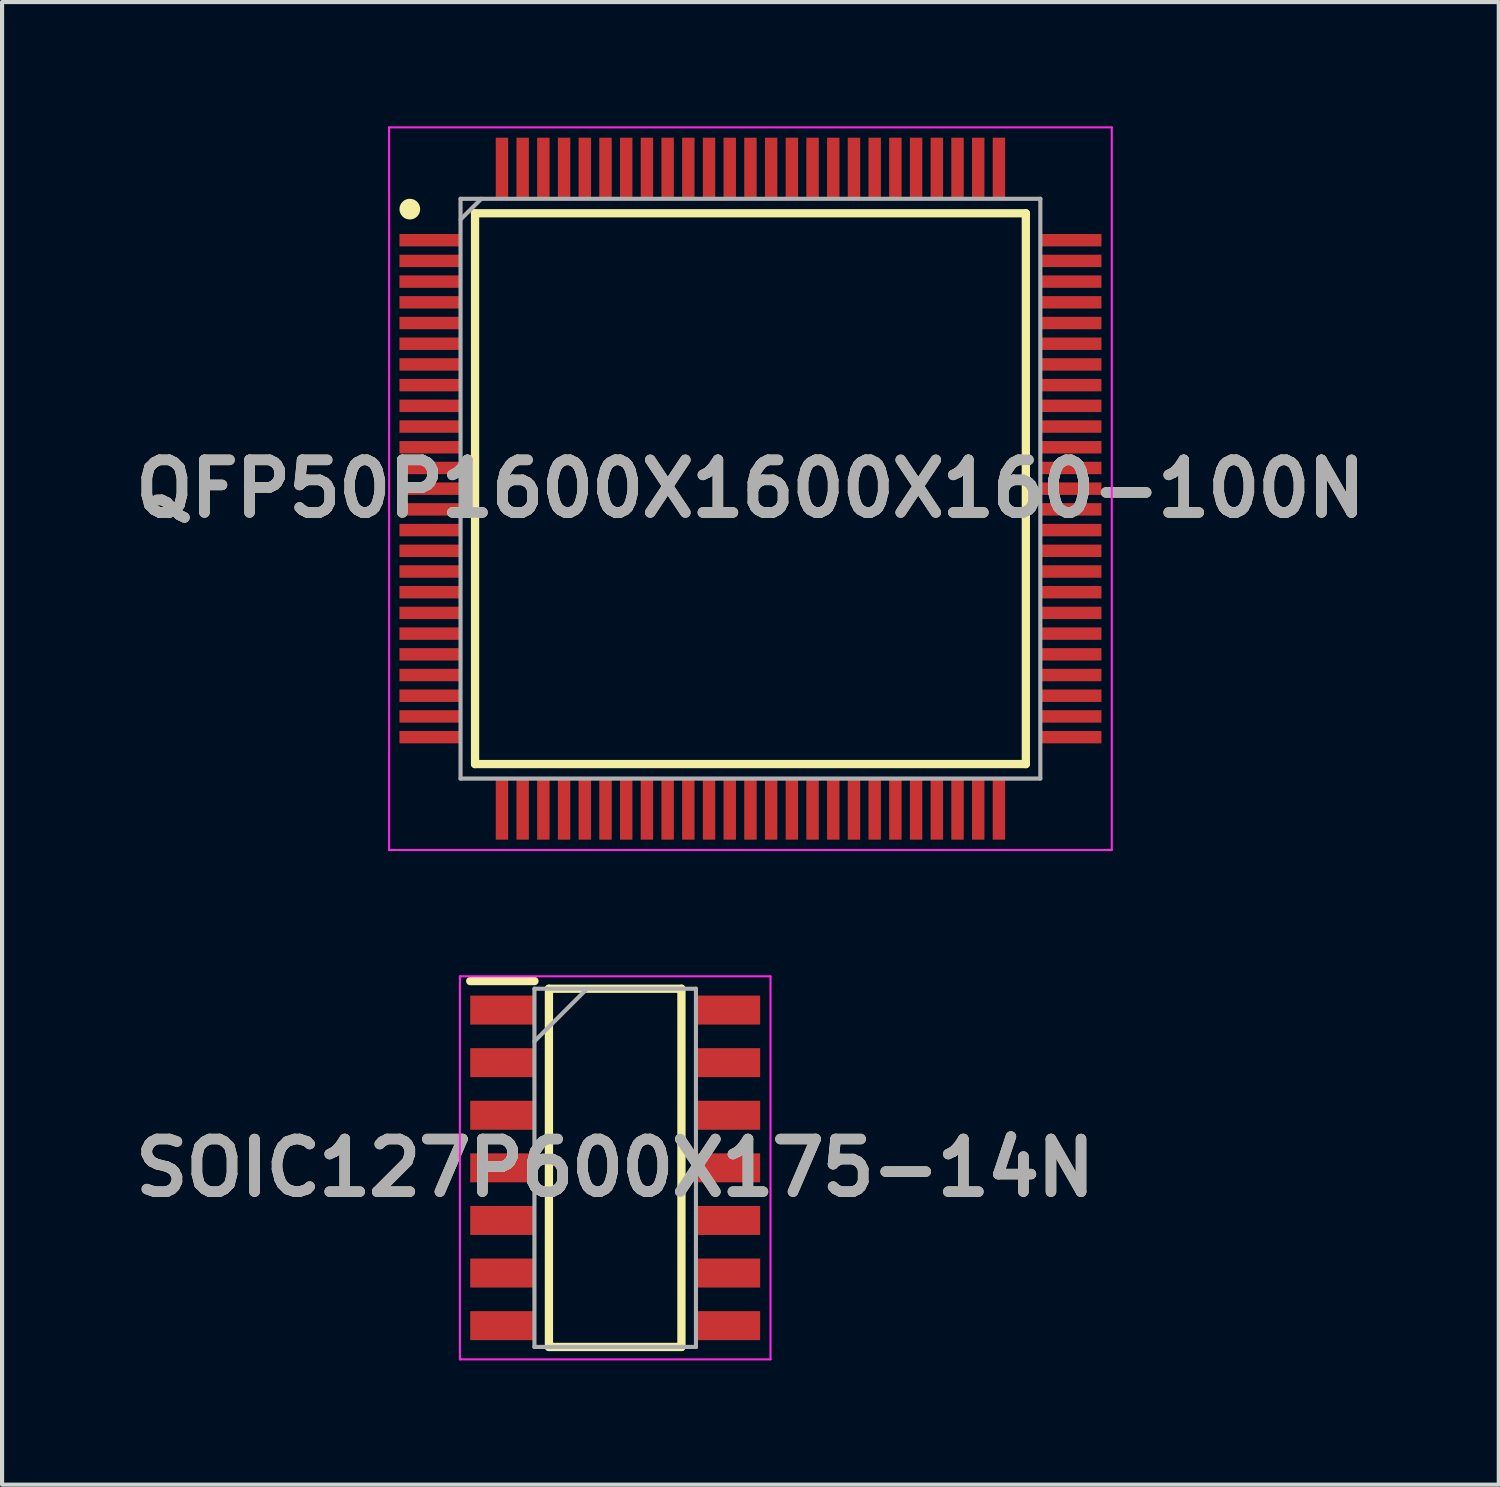
<source format=kicad_pcb>
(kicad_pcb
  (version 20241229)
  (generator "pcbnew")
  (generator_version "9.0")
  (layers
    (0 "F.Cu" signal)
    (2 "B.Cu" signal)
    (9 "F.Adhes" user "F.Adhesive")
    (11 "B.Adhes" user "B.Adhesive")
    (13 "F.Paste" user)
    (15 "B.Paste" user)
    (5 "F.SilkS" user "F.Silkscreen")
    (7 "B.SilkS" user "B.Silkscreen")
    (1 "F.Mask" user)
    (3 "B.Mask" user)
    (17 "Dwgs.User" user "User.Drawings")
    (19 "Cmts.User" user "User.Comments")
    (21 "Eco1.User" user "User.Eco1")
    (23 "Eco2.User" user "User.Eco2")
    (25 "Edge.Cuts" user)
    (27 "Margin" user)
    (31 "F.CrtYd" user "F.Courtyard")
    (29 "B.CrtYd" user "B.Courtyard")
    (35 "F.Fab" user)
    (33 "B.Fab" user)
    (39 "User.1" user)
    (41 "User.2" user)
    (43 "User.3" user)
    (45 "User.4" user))
  (footprint "QFP50P1600X1600X160-100N"
    (layer "F.Cu")
    (at 15.071 8.75)
    (property "Reference" "QFP50P1600X1600X160-100N" (at 0 0 0) (layer "F.SilkS") (effects (font (size 1.27 1.27) (thickness 0.254))))
    (attr smd)
    (fp_line (start -6.65 -6.65) (end 6.65 -6.65) (stroke (width 0.2) (type solid)) (layer "F.SilkS"))
    (fp_line (start -6.65 6.65) (end -6.65 -6.65) (stroke (width 0.2) (type solid)) (layer "F.SilkS"))
    (fp_line (start 6.65 -6.65) (end 6.65 6.65) (stroke (width 0.2) (type solid)) (layer "F.SilkS"))
    (fp_line (start 6.65 6.65) (end -6.65 6.65) (stroke (width 0.2) (type solid)) (layer "F.SilkS"))
    (fp_circle (center -8.225 -6.75) (end -8.225 -6.625) (stroke (width 0.25) (type solid)) (fill no) (layer "F.SilkS"))
    (fp_line (start -8.725 -8.725) (end 8.725 -8.725) (stroke (width 0.05) (type solid)) (layer "F.CrtYd"))
    (fp_line (start -8.725 8.725) (end -8.725 -8.725) (stroke (width 0.05) (type solid)) (layer "F.CrtYd"))
    (fp_line (start 8.725 -8.725) (end 8.725 8.725) (stroke (width 0.05) (type solid)) (layer "F.CrtYd"))
    (fp_line (start 8.725 8.725) (end -8.725 8.725) (stroke (width 0.05) (type solid)) (layer "F.CrtYd"))
    (fp_line (start -7 -7) (end 7 -7) (stroke (width 0.1) (type solid)) (layer "F.Fab"))
    (fp_line (start -7 -6.5) (end -6.5 -7) (stroke (width 0.1) (type solid)) (layer "F.Fab"))
    (fp_line (start -7 7) (end -7 -7) (stroke (width 0.1) (type solid)) (layer "F.Fab"))
    (fp_line (start 7 -7) (end 7 7) (stroke (width 0.1) (type solid)) (layer "F.Fab"))
    (fp_line (start 7 7) (end -7 7) (stroke (width 0.1) (type solid)) (layer "F.Fab"))
    (fp_text user "${REFERENCE}" (at 0 0 0) (layer "F.Fab") (effects (font (size 1.27 1.27) (thickness 0.254))))
    (pad "1" smd rect (at -7.738 -6 90) (size 0.3 1.475) (layers "F.Cu" "F.Mask" "F.Paste"))
    (pad "2" smd rect (at -7.738 -5.5 90) (size 0.3 1.475) (layers "F.Cu" "F.Mask" "F.Paste"))
    (pad "3" smd rect (at -7.738 -5 90) (size 0.3 1.475) (layers "F.Cu" "F.Mask" "F.Paste"))
    (pad "4" smd rect (at -7.738 -4.5 90) (size 0.3 1.475) (layers "F.Cu" "F.Mask" "F.Paste"))
    (pad "5" smd rect (at -7.738 -4 90) (size 0.3 1.475) (layers "F.Cu" "F.Mask" "F.Paste"))
    (pad "6" smd rect (at -7.738 -3.5 90) (size 0.3 1.475) (layers "F.Cu" "F.Mask" "F.Paste"))
    (pad "7" smd rect (at -7.738 -3 90) (size 0.3 1.475) (layers "F.Cu" "F.Mask" "F.Paste"))
    (pad "8" smd rect (at -7.738 -2.5 90) (size 0.3 1.475) (layers "F.Cu" "F.Mask" "F.Paste"))
    (pad "9" smd rect (at -7.738 -2 90) (size 0.3 1.475) (layers "F.Cu" "F.Mask" "F.Paste"))
    (pad "10" smd rect (at -7.738 -1.5 90) (size 0.3 1.475) (layers "F.Cu" "F.Mask" "F.Paste"))
    (pad "11" smd rect (at -7.738 -1 90) (size 0.3 1.475) (layers "F.Cu" "F.Mask" "F.Paste"))
    (pad "12" smd rect (at -7.738 -0.5 90) (size 0.3 1.475) (layers "F.Cu" "F.Mask" "F.Paste"))
    (pad "13" smd rect (at -7.738 0 90) (size 0.3 1.475) (layers "F.Cu" "F.Mask" "F.Paste"))
    (pad "14" smd rect (at -7.738 0.5 90) (size 0.3 1.475) (layers "F.Cu" "F.Mask" "F.Paste"))
    (pad "15" smd rect (at -7.738 1 90) (size 0.3 1.475) (layers "F.Cu" "F.Mask" "F.Paste"))
    (pad "16" smd rect (at -7.738 1.5 90) (size 0.3 1.475) (layers "F.Cu" "F.Mask" "F.Paste"))
    (pad "17" smd rect (at -7.738 2 90) (size 0.3 1.475) (layers "F.Cu" "F.Mask" "F.Paste"))
    (pad "18" smd rect (at -7.738 2.5 90) (size 0.3 1.475) (layers "F.Cu" "F.Mask" "F.Paste"))
    (pad "19" smd rect (at -7.738 3 90) (size 0.3 1.475) (layers "F.Cu" "F.Mask" "F.Paste"))
    (pad "20" smd rect (at -7.738 3.5 90) (size 0.3 1.475) (layers "F.Cu" "F.Mask" "F.Paste"))
    (pad "21" smd rect (at -7.738 4 90) (size 0.3 1.475) (layers "F.Cu" "F.Mask" "F.Paste"))
    (pad "22" smd rect (at -7.738 4.5 90) (size 0.3 1.475) (layers "F.Cu" "F.Mask" "F.Paste"))
    (pad "23" smd rect (at -7.738 5 90) (size 0.3 1.475) (layers "F.Cu" "F.Mask" "F.Paste"))
    (pad "24" smd rect (at -7.738 5.5 90) (size 0.3 1.475) (layers "F.Cu" "F.Mask" "F.Paste"))
    (pad "25" smd rect (at -7.738 6 90) (size 0.3 1.475) (layers "F.Cu" "F.Mask" "F.Paste"))
    (pad "26" smd rect (at -6 7.738) (size 0.3 1.475) (layers "F.Cu" "F.Mask" "F.Paste"))
    (pad "27" smd rect (at -5.5 7.738) (size 0.3 1.475) (layers "F.Cu" "F.Mask" "F.Paste"))
    (pad "28" smd rect (at -5 7.738) (size 0.3 1.475) (layers "F.Cu" "F.Mask" "F.Paste"))
    (pad "29" smd rect (at -4.5 7.738) (size 0.3 1.475) (layers "F.Cu" "F.Mask" "F.Paste"))
    (pad "30" smd rect (at -4 7.738) (size 0.3 1.475) (layers "F.Cu" "F.Mask" "F.Paste"))
    (pad "31" smd rect (at -3.5 7.738) (size 0.3 1.475) (layers "F.Cu" "F.Mask" "F.Paste"))
    (pad "32" smd rect (at -3 7.738) (size 0.3 1.475) (layers "F.Cu" "F.Mask" "F.Paste"))
    (pad "33" smd rect (at -2.5 7.738) (size 0.3 1.475) (layers "F.Cu" "F.Mask" "F.Paste"))
    (pad "34" smd rect (at -2 7.738) (size 0.3 1.475) (layers "F.Cu" "F.Mask" "F.Paste"))
    (pad "35" smd rect (at -1.5 7.738) (size 0.3 1.475) (layers "F.Cu" "F.Mask" "F.Paste"))
    (pad "36" smd rect (at -1 7.738) (size 0.3 1.475) (layers "F.Cu" "F.Mask" "F.Paste"))
    (pad "37" smd rect (at -0.5 7.738) (size 0.3 1.475) (layers "F.Cu" "F.Mask" "F.Paste"))
    (pad "38" smd rect (at 0 7.738) (size 0.3 1.475) (layers "F.Cu" "F.Mask" "F.Paste"))
    (pad "39" smd rect (at 0.5 7.738) (size 0.3 1.475) (layers "F.Cu" "F.Mask" "F.Paste"))
    (pad "40" smd rect (at 1 7.738) (size 0.3 1.475) (layers "F.Cu" "F.Mask" "F.Paste"))
    (pad "41" smd rect (at 1.5 7.738) (size 0.3 1.475) (layers "F.Cu" "F.Mask" "F.Paste"))
    (pad "42" smd rect (at 2 7.738) (size 0.3 1.475) (layers "F.Cu" "F.Mask" "F.Paste"))
    (pad "43" smd rect (at 2.5 7.738) (size 0.3 1.475) (layers "F.Cu" "F.Mask" "F.Paste"))
    (pad "44" smd rect (at 3 7.738) (size 0.3 1.475) (layers "F.Cu" "F.Mask" "F.Paste"))
    (pad "45" smd rect (at 3.5 7.738) (size 0.3 1.475) (layers "F.Cu" "F.Mask" "F.Paste"))
    (pad "46" smd rect (at 4 7.738) (size 0.3 1.475) (layers "F.Cu" "F.Mask" "F.Paste"))
    (pad "47" smd rect (at 4.5 7.738) (size 0.3 1.475) (layers "F.Cu" "F.Mask" "F.Paste"))
    (pad "48" smd rect (at 5 7.738) (size 0.3 1.475) (layers "F.Cu" "F.Mask" "F.Paste"))
    (pad "49" smd rect (at 5.5 7.738) (size 0.3 1.475) (layers "F.Cu" "F.Mask" "F.Paste"))
    (pad "50" smd rect (at 6 7.738) (size 0.3 1.475) (layers "F.Cu" "F.Mask" "F.Paste"))
    (pad "51" smd rect (at 7.738 6 90) (size 0.3 1.475) (layers "F.Cu" "F.Mask" "F.Paste"))
    (pad "52" smd rect (at 7.738 5.5 90) (size 0.3 1.475) (layers "F.Cu" "F.Mask" "F.Paste"))
    (pad "53" smd rect (at 7.738 5 90) (size 0.3 1.475) (layers "F.Cu" "F.Mask" "F.Paste"))
    (pad "54" smd rect (at 7.738 4.5 90) (size 0.3 1.475) (layers "F.Cu" "F.Mask" "F.Paste"))
    (pad "55" smd rect (at 7.738 4 90) (size 0.3 1.475) (layers "F.Cu" "F.Mask" "F.Paste"))
    (pad "56" smd rect (at 7.738 3.5 90) (size 0.3 1.475) (layers "F.Cu" "F.Mask" "F.Paste"))
    (pad "57" smd rect (at 7.738 3 90) (size 0.3 1.475) (layers "F.Cu" "F.Mask" "F.Paste"))
    (pad "58" smd rect (at 7.738 2.5 90) (size 0.3 1.475) (layers "F.Cu" "F.Mask" "F.Paste"))
    (pad "59" smd rect (at 7.738 2 90) (size 0.3 1.475) (layers "F.Cu" "F.Mask" "F.Paste"))
    (pad "60" smd rect (at 7.738 1.5 90) (size 0.3 1.475) (layers "F.Cu" "F.Mask" "F.Paste"))
    (pad "61" smd rect (at 7.738 1 90) (size 0.3 1.475) (layers "F.Cu" "F.Mask" "F.Paste"))
    (pad "62" smd rect (at 7.738 0.5 90) (size 0.3 1.475) (layers "F.Cu" "F.Mask" "F.Paste"))
    (pad "63" smd rect (at 7.738 0 90) (size 0.3 1.475) (layers "F.Cu" "F.Mask" "F.Paste"))
    (pad "64" smd rect (at 7.738 -0.5 90) (size 0.3 1.475) (layers "F.Cu" "F.Mask" "F.Paste"))
    (pad "65" smd rect (at 7.738 -1 90) (size 0.3 1.475) (layers "F.Cu" "F.Mask" "F.Paste"))
    (pad "66" smd rect (at 7.738 -1.5 90) (size 0.3 1.475) (layers "F.Cu" "F.Mask" "F.Paste"))
    (pad "67" smd rect (at 7.738 -2 90) (size 0.3 1.475) (layers "F.Cu" "F.Mask" "F.Paste"))
    (pad "68" smd rect (at 7.738 -2.5 90) (size 0.3 1.475) (layers "F.Cu" "F.Mask" "F.Paste"))
    (pad "69" smd rect (at 7.738 -3 90) (size 0.3 1.475) (layers "F.Cu" "F.Mask" "F.Paste"))
    (pad "70" smd rect (at 7.738 -3.5 90) (size 0.3 1.475) (layers "F.Cu" "F.Mask" "F.Paste"))
    (pad "71" smd rect (at 7.738 -4 90) (size 0.3 1.475) (layers "F.Cu" "F.Mask" "F.Paste"))
    (pad "72" smd rect (at 7.738 -4.5 90) (size 0.3 1.475) (layers "F.Cu" "F.Mask" "F.Paste"))
    (pad "73" smd rect (at 7.738 -5 90) (size 0.3 1.475) (layers "F.Cu" "F.Mask" "F.Paste"))
    (pad "74" smd rect (at 7.738 -5.5 90) (size 0.3 1.475) (layers "F.Cu" "F.Mask" "F.Paste"))
    (pad "75" smd rect (at 7.738 -6 90) (size 0.3 1.475) (layers "F.Cu" "F.Mask" "F.Paste"))
    (pad "76" smd rect (at 6 -7.738) (size 0.3 1.475) (layers "F.Cu" "F.Mask" "F.Paste"))
    (pad "77" smd rect (at 5.5 -7.738) (size 0.3 1.475) (layers "F.Cu" "F.Mask" "F.Paste"))
    (pad "78" smd rect (at 5 -7.738) (size 0.3 1.475) (layers "F.Cu" "F.Mask" "F.Paste"))
    (pad "79" smd rect (at 4.5 -7.738) (size 0.3 1.475) (layers "F.Cu" "F.Mask" "F.Paste"))
    (pad "80" smd rect (at 4 -7.738) (size 0.3 1.475) (layers "F.Cu" "F.Mask" "F.Paste"))
    (pad "81" smd rect (at 3.5 -7.738) (size 0.3 1.475) (layers "F.Cu" "F.Mask" "F.Paste"))
    (pad "82" smd rect (at 3 -7.738) (size 0.3 1.475) (layers "F.Cu" "F.Mask" "F.Paste"))
    (pad "83" smd rect (at 2.5 -7.738) (size 0.3 1.475) (layers "F.Cu" "F.Mask" "F.Paste"))
    (pad "84" smd rect (at 2 -7.738) (size 0.3 1.475) (layers "F.Cu" "F.Mask" "F.Paste"))
    (pad "85" smd rect (at 1.5 -7.738) (size 0.3 1.475) (layers "F.Cu" "F.Mask" "F.Paste"))
    (pad "86" smd rect (at 1 -7.738) (size 0.3 1.475) (layers "F.Cu" "F.Mask" "F.Paste"))
    (pad "87" smd rect (at 0.5 -7.738) (size 0.3 1.475) (layers "F.Cu" "F.Mask" "F.Paste"))
    (pad "88" smd rect (at 0 -7.738) (size 0.3 1.475) (layers "F.Cu" "F.Mask" "F.Paste"))
    (pad "89" smd rect (at -0.5 -7.738) (size 0.3 1.475) (layers "F.Cu" "F.Mask" "F.Paste"))
    (pad "90" smd rect (at -1 -7.738) (size 0.3 1.475) (layers "F.Cu" "F.Mask" "F.Paste"))
    (pad "91" smd rect (at -1.5 -7.738) (size 0.3 1.475) (layers "F.Cu" "F.Mask" "F.Paste"))
    (pad "92" smd rect (at -2 -7.738) (size 0.3 1.475) (layers "F.Cu" "F.Mask" "F.Paste"))
    (pad "93" smd rect (at -2.5 -7.738) (size 0.3 1.475) (layers "F.Cu" "F.Mask" "F.Paste"))
    (pad "94" smd rect (at -3 -7.738) (size 0.3 1.475) (layers "F.Cu" "F.Mask" "F.Paste"))
    (pad "95" smd rect (at -3.5 -7.738) (size 0.3 1.475) (layers "F.Cu" "F.Mask" "F.Paste"))
    (pad "96" smd rect (at -4 -7.738) (size 0.3 1.475) (layers "F.Cu" "F.Mask" "F.Paste"))
    (pad "97" smd rect (at -4.5 -7.738) (size 0.3 1.475) (layers "F.Cu" "F.Mask" "F.Paste"))
    (pad "98" smd rect (at -5 -7.738) (size 0.3 1.475) (layers "F.Cu" "F.Mask" "F.Paste"))
    (pad "99" smd rect (at -5.5 -7.738) (size 0.3 1.475) (layers "F.Cu" "F.Mask" "F.Paste"))
    (pad "100" smd rect (at -6 -7.738) (size 0.3 1.475) (layers "F.Cu" "F.Mask" "F.Paste")))
  (footprint "SOIC127P600X175-14N"
    (layer "F.Cu")
    (at 11.805 25.15)
    (property "Reference" "SOIC127P600X175-14N" (at 0 0 0) (layer "F.SilkS") (effects (font (size 1.27 1.27) (thickness 0.254))))
    (attr smd)
    (fp_line (start -3.5 -4.51) (end -1.95 -4.51) (stroke (width 0.2) (type solid)) (layer "F.SilkS"))
    (fp_line (start -1.6 -4.325) (end 1.6 -4.325) (stroke (width 0.2) (type solid)) (layer "F.SilkS"))
    (fp_line (start -1.6 4.325) (end -1.6 -4.325) (stroke (width 0.2) (type solid)) (layer "F.SilkS"))
    (fp_line (start 1.6 -4.325) (end 1.6 4.325) (stroke (width 0.2) (type solid)) (layer "F.SilkS"))
    (fp_line (start 1.6 4.325) (end -1.6 4.325) (stroke (width 0.2) (type solid)) (layer "F.SilkS"))
    (fp_line (start -3.75 -4.625) (end 3.75 -4.625) (stroke (width 0.05) (type solid)) (layer "F.CrtYd"))
    (fp_line (start -3.75 4.625) (end -3.75 -4.625) (stroke (width 0.05) (type solid)) (layer "F.CrtYd"))
    (fp_line (start 3.75 -4.625) (end 3.75 4.625) (stroke (width 0.05) (type solid)) (layer "F.CrtYd"))
    (fp_line (start 3.75 4.625) (end -3.75 4.625) (stroke (width 0.05) (type solid)) (layer "F.CrtYd"))
    (fp_line (start -1.95 -4.325) (end 1.95 -4.325) (stroke (width 0.1) (type solid)) (layer "F.Fab"))
    (fp_line (start -1.95 -3.055) (end -0.68 -4.325) (stroke (width 0.1) (type solid)) (layer "F.Fab"))
    (fp_line (start -1.95 4.325) (end -1.95 -4.325) (stroke (width 0.1) (type solid)) (layer "F.Fab"))
    (fp_line (start 1.95 -4.325) (end 1.95 4.325) (stroke (width 0.1) (type solid)) (layer "F.Fab"))
    (fp_line (start 1.95 4.325) (end -1.95 4.325) (stroke (width 0.1) (type solid)) (layer "F.Fab"))
    (fp_text user "${REFERENCE}" (at 0 0 0) (layer "F.Fab") (effects (font (size 1.27 1.27) (thickness 0.254))))
    (pad "1" smd rect (at -2.725 -3.81 90) (size 0.7 1.55) (layers "F.Cu" "F.Mask" "F.Paste"))
    (pad "2" smd rect (at -2.725 -2.54 90) (size 0.7 1.55) (layers "F.Cu" "F.Mask" "F.Paste"))
    (pad "3" smd rect (at -2.725 -1.27 90) (size 0.7 1.55) (layers "F.Cu" "F.Mask" "F.Paste"))
    (pad "4" smd rect (at -2.725 0 90) (size 0.7 1.55) (layers "F.Cu" "F.Mask" "F.Paste"))
    (pad "5" smd rect (at -2.725 1.27 90) (size 0.7 1.55) (layers "F.Cu" "F.Mask" "F.Paste"))
    (pad "6" smd rect (at -2.725 2.54 90) (size 0.7 1.55) (layers "F.Cu" "F.Mask" "F.Paste"))
    (pad "7" smd rect (at -2.725 3.81 90) (size 0.7 1.55) (layers "F.Cu" "F.Mask" "F.Paste"))
    (pad "8" smd rect (at 2.725 3.81 90) (size 0.7 1.55) (layers "F.Cu" "F.Mask" "F.Paste"))
    (pad "9" smd rect (at 2.725 2.54 90) (size 0.7 1.55) (layers "F.Cu" "F.Mask" "F.Paste"))
    (pad "10" smd rect (at 2.725 1.27 90) (size 0.7 1.55) (layers "F.Cu" "F.Mask" "F.Paste"))
    (pad "11" smd rect (at 2.725 0 90) (size 0.7 1.55) (layers "F.Cu" "F.Mask" "F.Paste"))
    (pad "12" smd rect (at 2.725 -1.27 90) (size 0.7 1.55) (layers "F.Cu" "F.Mask" "F.Paste"))
    (pad "13" smd rect (at 2.725 -2.54 90) (size 0.7 1.55) (layers "F.Cu" "F.Mask" "F.Paste"))
    (pad "14" smd rect (at 2.725 -3.81 90) (size 0.7 1.55) (layers "F.Cu" "F.Mask" "F.Paste")))
  (gr_rect
    (start -3 -3)
    (end 33.141 32.8)
    (stroke (width 0.1) (type default))
    (fill no)
    (layer "Edge.Cuts")))
</source>
